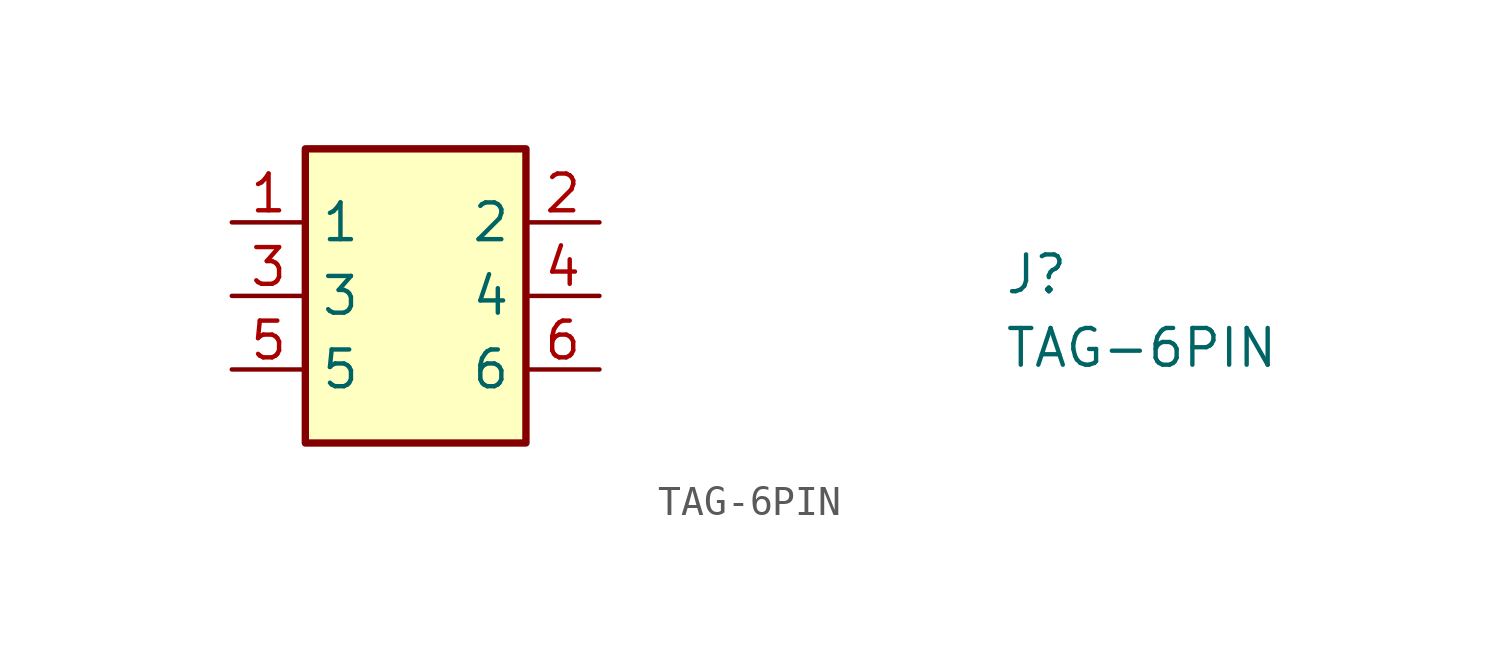
<source format=kicad_sym>
(kicad_symbol_lib
  (version 20211014)
  (generator kicad_symbol_editor)
  (symbol "TAG-6PIN"
    (property "Reference" "J"
      (at 26.67 -2.54 0)
      (effects (font (size 1.27 1.27) (thickness 0.15)) (justify left bottom)))
    (property "Value" "TAG-6PIN"
      (at 26.67 -5.08 0)
      (effects (font (size 1.27 1.27) (thickness 0.15)) (justify left bottom)))
    (symbol "TAG-6PIN_1_1"
      (rectangle (start 10.16 2.54) (end 2.54 -7.62) (stroke (width 0.254) (type default) (color 0 0 0 0)) (fill (type background)))
      (pin passive line (at 0 0 0) (length 2.54) (name "1" (effects (font (size 1.27 1.27)))) (number "1" (effects (font (size 1.27 1.27)))))
      (pin passive line (at 12.7 0 180) (length 2.54) (name "2" (effects (font (size 1.27 1.27)))) (number "2" (effects (font (size 1.27 1.27)))))
      (pin passive line (at 0 -2.54 0) (length 2.54) (name "3" (effects (font (size 1.27 1.27)))) (number "3" (effects (font (size 1.27 1.27)))))
      (pin passive line (at 12.7 -2.54 180) (length 2.54) (name "4" (effects (font (size 1.27 1.27)))) (number "4" (effects (font (size 1.27 1.27)))))
      (pin passive line (at 0 -5.08 0) (length 2.54) (name "5" (effects (font (size 1.27 1.27)))) (number "5" (effects (font (size 1.27 1.27)))))
      (pin passive line (at 12.7 -5.08 180) (length 2.54) (name "6" (effects (font (size 1.27 1.27)))) (number "6" (effects (font (size 1.27 1.27))))))))
</source>
